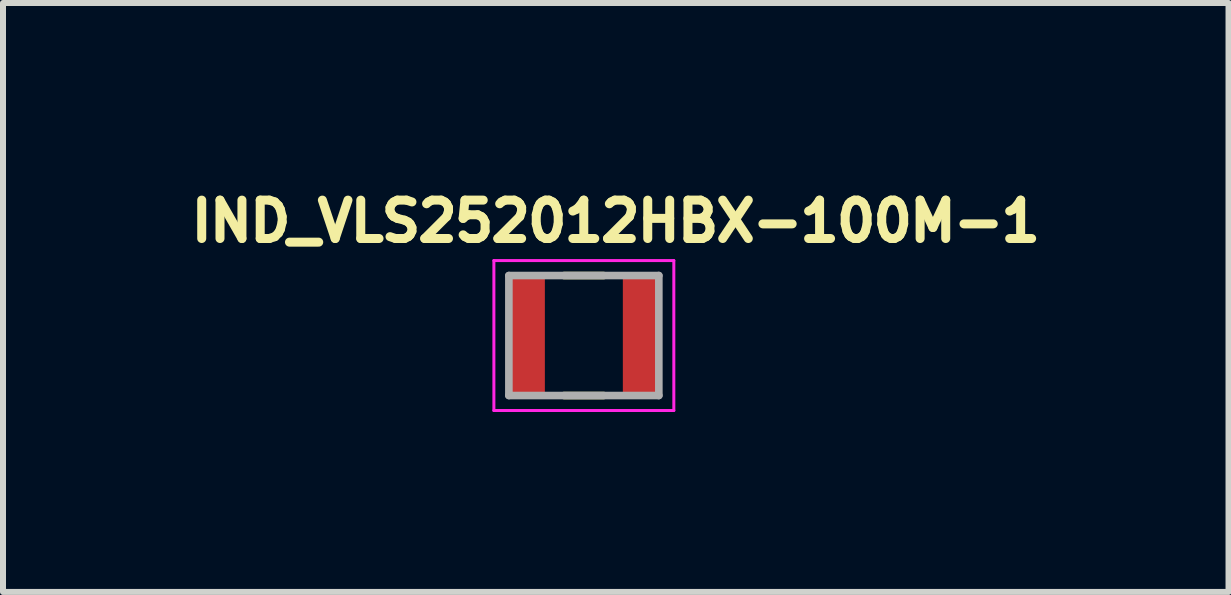
<source format=kicad_pcb>
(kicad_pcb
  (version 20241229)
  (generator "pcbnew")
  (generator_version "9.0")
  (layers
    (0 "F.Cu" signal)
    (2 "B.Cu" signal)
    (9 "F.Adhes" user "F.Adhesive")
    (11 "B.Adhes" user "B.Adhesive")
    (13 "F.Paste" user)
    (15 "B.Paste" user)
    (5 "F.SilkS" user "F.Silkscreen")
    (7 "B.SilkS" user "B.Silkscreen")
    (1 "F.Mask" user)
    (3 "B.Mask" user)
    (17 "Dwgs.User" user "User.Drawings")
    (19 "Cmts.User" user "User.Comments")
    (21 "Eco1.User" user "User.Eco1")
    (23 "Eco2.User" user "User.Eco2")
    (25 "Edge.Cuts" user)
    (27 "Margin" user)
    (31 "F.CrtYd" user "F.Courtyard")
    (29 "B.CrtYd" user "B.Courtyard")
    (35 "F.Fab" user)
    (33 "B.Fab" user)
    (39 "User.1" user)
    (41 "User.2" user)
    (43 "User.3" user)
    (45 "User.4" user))
  (footprint "IND_VLS252012HBX-100M-1"
    (layer "F.Cu")
    (at 6.684 2.544)
    (property "Reference" "IND_VLS252012HBX-100M-1" (at 0.532 -1.906 0) (layer "F.SilkS") (effects (font (size 0.64 0.64) (thickness 0.15))))
    (attr smd)
    (fp_line (start -0.33 -1) (end 0.33 -1) (stroke (width 0.127) (type solid)) (layer "F.SilkS"))
    (fp_line (start -0.33 1) (end 0.33 1) (stroke (width 0.127) (type solid)) (layer "F.SilkS"))
    (fp_line (start -1.5 -1.25) (end -1.5 1.25) (stroke (width 0.05) (type solid)) (layer "F.CrtYd"))
    (fp_line (start -1.5 1.25) (end 1.5 1.25) (stroke (width 0.05) (type solid)) (layer "F.CrtYd"))
    (fp_line (start 1.5 -1.25) (end -1.5 -1.25) (stroke (width 0.05) (type solid)) (layer "F.CrtYd"))
    (fp_line (start 1.5 1.25) (end 1.5 -1.25) (stroke (width 0.05) (type solid)) (layer "F.CrtYd"))
    (fp_line (start -1.25 -1) (end -1.25 1) (stroke (width 0.127) (type solid)) (layer "F.Fab"))
    (fp_line (start -1.25 -1) (end 1.25 -1) (stroke (width 0.127) (type solid)) (layer "F.Fab"))
    (fp_line (start -1.25 1) (end 1.25 1) (stroke (width 0.127) (type solid)) (layer "F.Fab"))
    (fp_line (start 1.25 -1) (end 1.25 1) (stroke (width 0.127) (type solid)) (layer "F.Fab"))
    (pad "1" smd rect (at -0.95 0) (size 0.6 2) (layers "F.Cu" "F.Mask" "F.Paste"))
    (pad "2" smd rect (at 0.95 0) (size 0.6 2) (layers "F.Cu" "F.Mask" "F.Paste")))
  (gr_rect
    (start -3 -3)
    (end 17.432 6.819)
    (stroke (width 0.1) (type default))
    (fill no)
    (layer "Edge.Cuts")))
</source>
